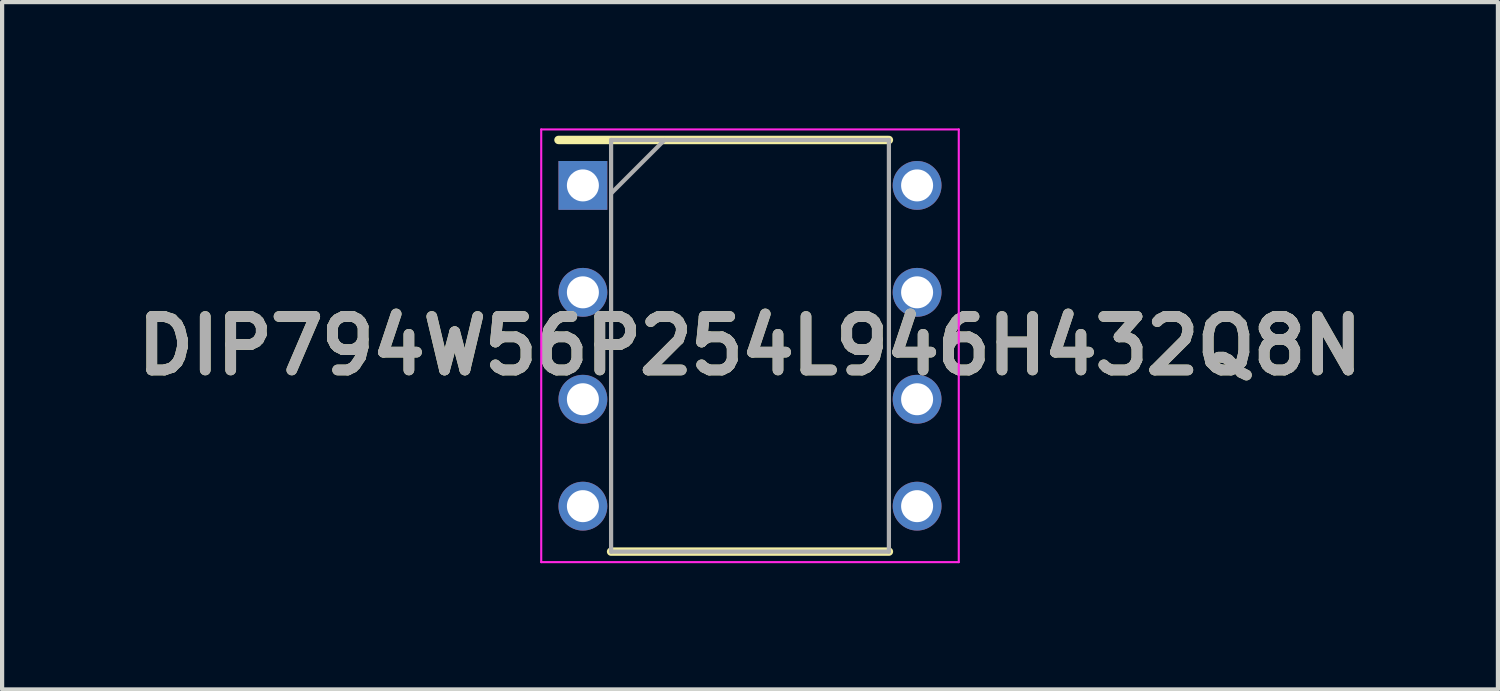
<source format=kicad_pcb>
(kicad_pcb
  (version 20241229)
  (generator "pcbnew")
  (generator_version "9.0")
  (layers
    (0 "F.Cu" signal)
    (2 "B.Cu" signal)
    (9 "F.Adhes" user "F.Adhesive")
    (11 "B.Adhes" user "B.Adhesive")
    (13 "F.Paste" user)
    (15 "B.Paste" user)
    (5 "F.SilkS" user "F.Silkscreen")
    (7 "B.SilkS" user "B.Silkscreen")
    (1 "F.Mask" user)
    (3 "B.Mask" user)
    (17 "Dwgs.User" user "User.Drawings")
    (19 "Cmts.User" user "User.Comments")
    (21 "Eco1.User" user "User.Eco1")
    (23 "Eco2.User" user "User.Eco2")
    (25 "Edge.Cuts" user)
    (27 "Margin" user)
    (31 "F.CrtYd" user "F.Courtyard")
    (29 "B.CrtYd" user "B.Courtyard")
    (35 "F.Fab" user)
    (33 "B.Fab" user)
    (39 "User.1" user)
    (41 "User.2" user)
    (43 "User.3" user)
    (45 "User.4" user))
  (footprint "DIP794W56P254L946H432Q8N"
    (layer "F.Cu")
    (at 14.768 5.165)
    (property "Reference" "DIP794W56P254L946H432Q8N" (at 0 0 0) (layer "F.SilkS") (effects (font (size 1.27 1.27) (thickness 0.254))))
    (attr through_hole)
    (fp_line (start -4.55 -4.89) (end 3.3 -4.89) (stroke (width 0.2) (type solid)) (layer "F.SilkS"))
    (fp_line (start -3.3 4.89) (end 3.3 4.89) (stroke (width 0.2) (type solid)) (layer "F.SilkS"))
    (fp_line (start -4.96 -5.14) (end 4.96 -5.14) (stroke (width 0.05) (type solid)) (layer "F.CrtYd"))
    (fp_line (start -4.96 5.14) (end -4.96 -5.14) (stroke (width 0.05) (type solid)) (layer "F.CrtYd"))
    (fp_line (start 4.96 -5.14) (end 4.96 5.14) (stroke (width 0.05) (type solid)) (layer "F.CrtYd"))
    (fp_line (start 4.96 5.14) (end -4.96 5.14) (stroke (width 0.05) (type solid)) (layer "F.CrtYd"))
    (fp_line (start -3.3 -4.89) (end 3.3 -4.89) (stroke (width 0.1) (type solid)) (layer "F.Fab"))
    (fp_line (start -3.3 -3.62) (end -2.03 -4.89) (stroke (width 0.1) (type solid)) (layer "F.Fab"))
    (fp_line (start -3.3 4.89) (end -3.3 -4.89) (stroke (width 0.1) (type solid)) (layer "F.Fab"))
    (fp_line (start 3.3 -4.89) (end 3.3 4.89) (stroke (width 0.1) (type solid)) (layer "F.Fab"))
    (fp_line (start 3.3 4.89) (end -3.3 4.89) (stroke (width 0.1) (type solid)) (layer "F.Fab"))
    (fp_text user "${REFERENCE}" (at 0 0 0) (layer "F.Fab") (effects (font (size 1.27 1.27) (thickness 0.254))))
    (pad "1" thru_hole rect (at -3.97 -3.81) (size 1.16 1.16) (drill 0.76) (layers "*.Cu" "*.Mask"))
    (pad "2" thru_hole circle (at -3.97 -1.27) (size 1.16 1.16) (drill 0.76) (layers "*.Cu" "*.Mask"))
    (pad "3" thru_hole circle (at -3.97 1.27) (size 1.16 1.16) (drill 0.76) (layers "*.Cu" "*.Mask"))
    (pad "4" thru_hole circle (at -3.97 3.81) (size 1.16 1.16) (drill 0.76) (layers "*.Cu" "*.Mask"))
    (pad "5" thru_hole circle (at 3.97 3.81) (size 1.16 1.16) (drill 0.76) (layers "*.Cu" "*.Mask"))
    (pad "6" thru_hole circle (at 3.97 1.27) (size 1.16 1.16) (drill 0.76) (layers "*.Cu" "*.Mask"))
    (pad "7" thru_hole circle (at 3.97 -1.27) (size 1.16 1.16) (drill 0.76) (layers "*.Cu" "*.Mask"))
    (pad "8" thru_hole circle (at 3.97 -3.81) (size 1.16 1.16) (drill 0.76) (layers "*.Cu" "*.Mask")))
  (gr_rect
    (start -3 -3)
    (end 32.537 13.33)
    (stroke (width 0.1) (type default))
    (fill no)
    (layer "Edge.Cuts")))
</source>
